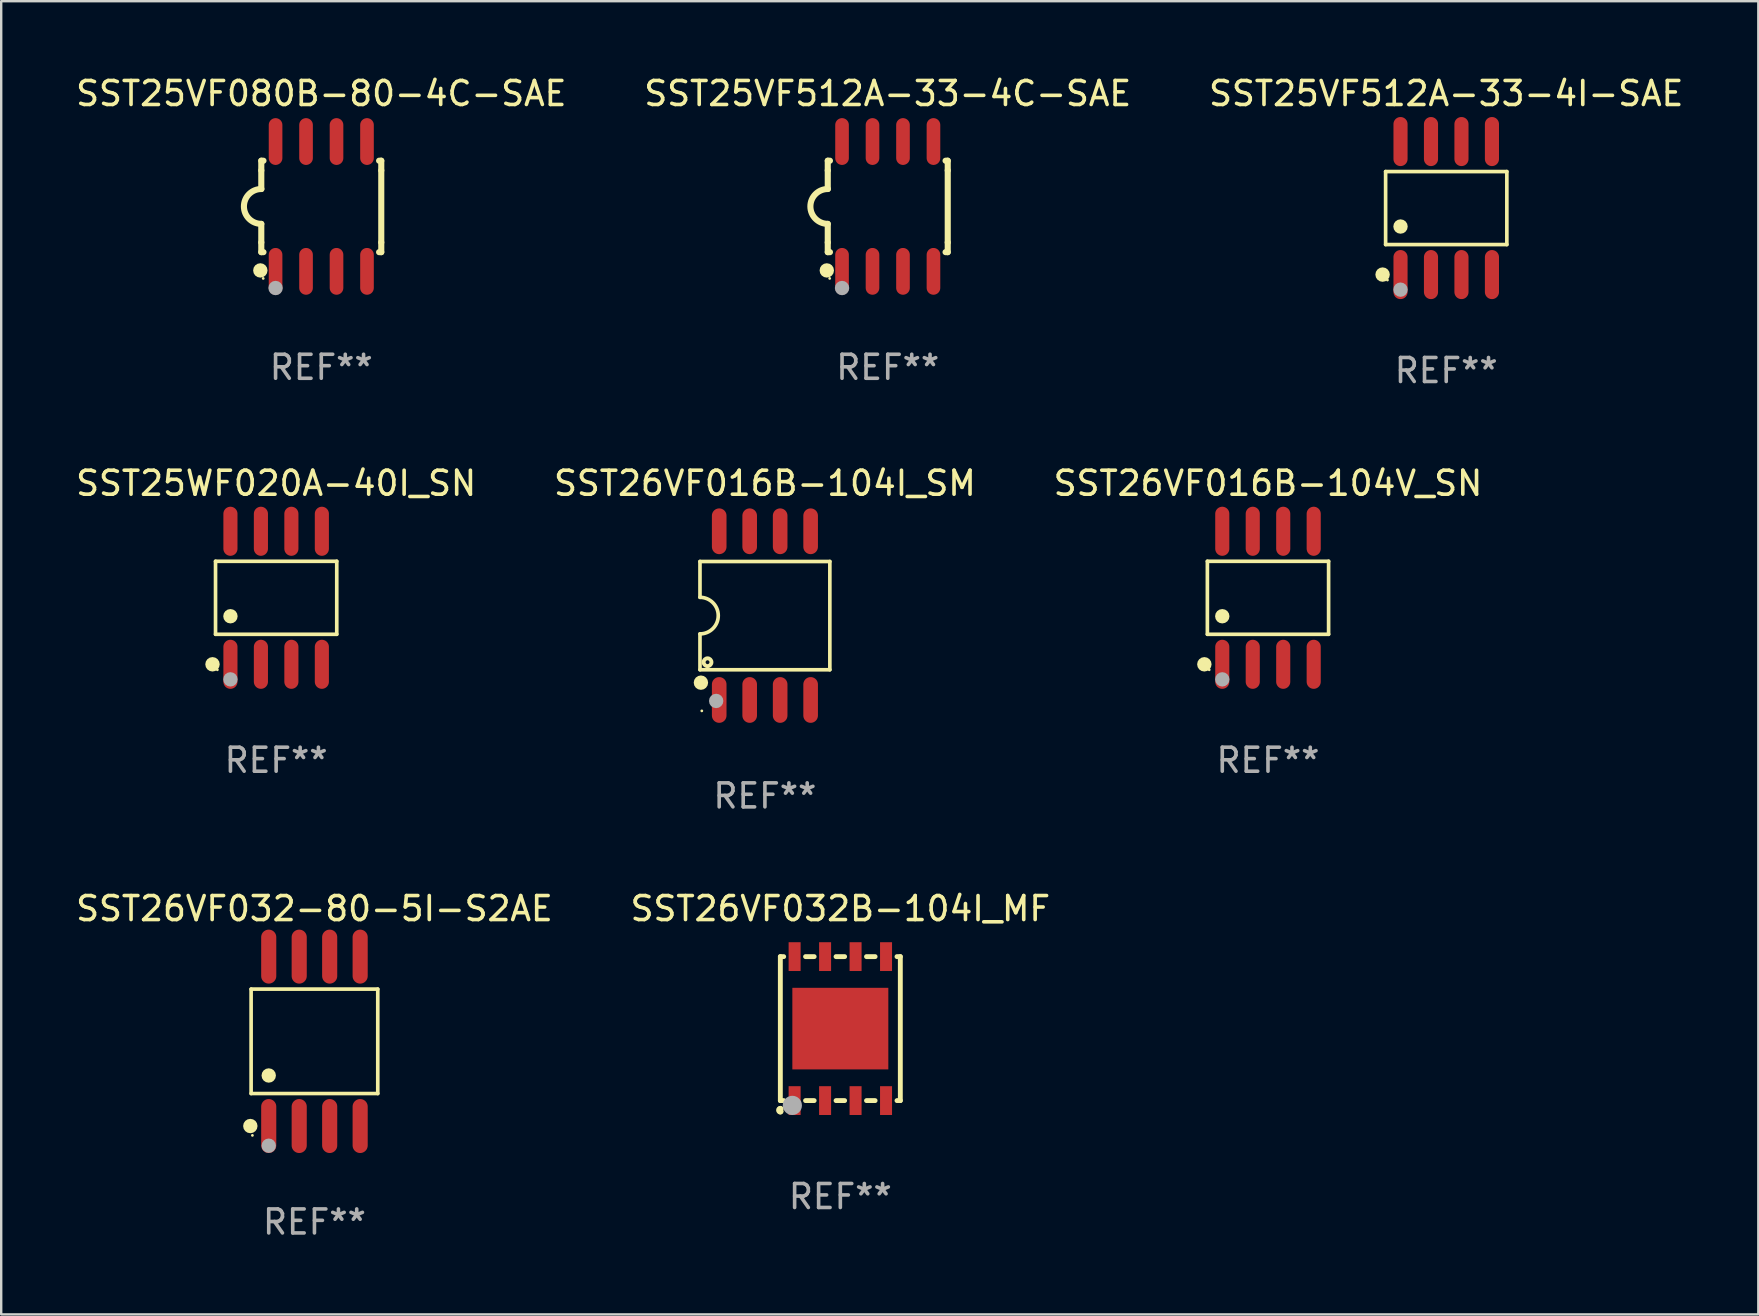
<source format=kicad_pcb>
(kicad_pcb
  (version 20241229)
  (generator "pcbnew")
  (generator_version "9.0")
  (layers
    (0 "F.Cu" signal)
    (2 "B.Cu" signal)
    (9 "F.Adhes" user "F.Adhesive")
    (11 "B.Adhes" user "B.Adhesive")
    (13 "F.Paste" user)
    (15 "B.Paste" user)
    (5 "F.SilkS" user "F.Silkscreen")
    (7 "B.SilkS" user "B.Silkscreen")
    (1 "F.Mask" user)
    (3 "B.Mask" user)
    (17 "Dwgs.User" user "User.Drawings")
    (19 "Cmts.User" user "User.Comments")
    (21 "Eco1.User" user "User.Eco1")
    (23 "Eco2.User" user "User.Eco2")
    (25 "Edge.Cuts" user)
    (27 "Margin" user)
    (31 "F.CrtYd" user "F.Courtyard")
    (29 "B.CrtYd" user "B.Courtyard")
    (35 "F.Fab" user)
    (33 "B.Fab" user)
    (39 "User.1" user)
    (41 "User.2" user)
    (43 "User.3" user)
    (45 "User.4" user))
  (footprint "SST26VF016B-104V_SN"
    (layer "F.Cu")
    (at 49.792 21.862)
    (property "Reference" "SST26VF016B-104V_SN" (at 0 -4.772 0) (layer "F.SilkS") (effects (font (size 1 1) (thickness 0.15))))
    (attr through_hole)
    (fp_line (start -2.526 -1.521) (end 2.526 -1.521) (stroke (width 0.152) (type solid)) (layer "F.SilkS"))
    (fp_line (start -2.526 1.521) (end -2.526 -1.521) (stroke (width 0.152) (type solid)) (layer "F.SilkS"))
    (fp_line (start 2.526 -1.521) (end 2.526 1.521) (stroke (width 0.152) (type solid)) (layer "F.SilkS"))
    (fp_line (start 2.526 1.521) (end -2.526 1.521) (stroke (width 0.152) (type solid)) (layer "F.SilkS"))
    (fp_circle (center -2.652 2.772) (end -2.501 2.772) (stroke (width 0.3) (type solid)) (fill no) (layer "F.SilkS"))
    (fp_circle (center -2.45 3) (end -2.42 3) (stroke (width 0.06) (type solid)) (fill no) (layer "F.SilkS"))
    (fp_circle (center -1.905 0.769) (end -1.755 0.769) (stroke (width 0.3) (type solid)) (fill no) (layer "F.SilkS"))
    (fp_circle (center -1.905 3.4) (end -1.755 3.4) (stroke (width 0.3) (type solid)) (fill no) (layer "F.Fab"))
    (fp_text user "REF**" (at 0 6.772 0) (layer "F.Fab") (effects (font (size 1 1) (thickness 0.15))))
    (pad "1" smd oval (at -1.905 2.772) (size 0.588 2.045) (layers "F.Cu" "F.Mask" "F.Paste"))
    (pad "2" smd oval (at -0.635 2.772) (size 0.588 2.045) (layers "F.Cu" "F.Mask" "F.Paste"))
    (pad "3" smd oval (at 0.635 2.772) (size 0.588 2.045) (layers "F.Cu" "F.Mask" "F.Paste"))
    (pad "4" smd oval (at 1.905 2.772) (size 0.588 2.045) (layers "F.Cu" "F.Mask" "F.Paste"))
    (pad "5" smd oval (at 1.905 -2.772) (size 0.588 2.045) (layers "F.Cu" "F.Mask" "F.Paste"))
    (pad "6" smd oval (at 0.635 -2.772) (size 0.588 2.045) (layers "F.Cu" "F.Mask" "F.Paste"))
    (pad "7" smd oval (at -0.635 -2.772) (size 0.588 2.045) (layers "F.Cu" "F.Mask" "F.Paste"))
    (pad "8" smd oval (at -1.905 -2.772) (size 0.588 2.045) (layers "F.Cu" "F.Mask" "F.Paste")))
  (footprint "SST25VF080B-80-4C-SAE"
    (layer "F.Cu")
    (at 10.339 5.553)
    (property "Reference" "SST25VF080B-80-4C-SAE" (at 0 -4.705 0) (layer "F.SilkS") (effects (font (size 1 1) (thickness 0.15))))
    (attr through_hole)
    (fp_line (start -2.5 -1.905) (end -2.409 -1.905) (stroke (width 0.254) (type solid)) (layer "F.SilkS"))
    (fp_line (start -2.5 -1.5) (end -2.5 -1.905) (stroke (width 0.254) (type solid)) (layer "F.SilkS"))
    (fp_line (start -2.5 -1.5) (end -2.5 -0.726) (stroke (width 0.254) (type solid)) (layer "F.SilkS"))
    (fp_line (start -2.5 1.5) (end -2.5 0.727) (stroke (width 0.254) (type solid)) (layer "F.SilkS"))
    (fp_line (start -2.5 1.5) (end -2.5 1.905) (stroke (width 0.254) (type solid)) (layer "F.SilkS"))
    (fp_line (start -2.5 1.905) (end -2.409 1.905) (stroke (width 0.254) (type solid)) (layer "F.SilkS"))
    (fp_line (start 2.5 -1.905) (end 2.409 -1.905) (stroke (width 0.254) (type solid)) (layer "F.SilkS"))
    (fp_line (start 2.5 -1.5) (end 2.5 -1.905) (stroke (width 0.254) (type solid)) (layer "F.SilkS"))
    (fp_line (start 2.5 -1.5) (end 2.5 1.5) (stroke (width 0.254) (type solid)) (layer "F.SilkS"))
    (fp_line (start 2.5 1.5) (end 2.5 1.905) (stroke (width 0.254) (type solid)) (layer "F.SilkS"))
    (fp_line (start 2.5 1.905) (end 2.409 1.905) (stroke (width 0.254) (type solid)) (layer "F.SilkS"))
    (fp_arc (start -2.5 0.726568) (mid -3.220316 -0.0023) (end -2.495097 -0.726289) (stroke (width 0.254001) (type solid)) (layer "F.SilkS"))
    (fp_circle (center -2.54 2.667) (end -2.39 2.667) (stroke (width 0.3) (type solid)) (fill no) (layer "F.SilkS"))
    (fp_circle (center -2.42 3) (end -2.39 3) (stroke (width 0.06) (type solid)) (fill no) (layer "F.SilkS"))
    (fp_circle (center -1.905 3.4) (end -1.755 3.4) (stroke (width 0.3) (type solid)) (fill no) (layer "F.Fab"))
    (fp_text user "REF**" (at 0 6.705 0) (layer "F.Fab") (effects (font (size 1 1) (thickness 0.15))))
    (pad "1" smd oval (at -1.905 2.705) (size 0.568 1.95) (layers "F.Cu" "F.Mask" "F.Paste"))
    (pad "2" smd oval (at -0.635 2.705) (size 0.568 1.95) (layers "F.Cu" "F.Mask" "F.Paste"))
    (pad "3" smd oval (at 0.635 2.705) (size 0.568 1.95) (layers "F.Cu" "F.Mask" "F.Paste"))
    (pad "4" smd oval (at 1.905 2.705) (size 0.568 1.95) (layers "F.Cu" "F.Mask" "F.Paste"))
    (pad "5" smd oval (at 1.905 -2.705) (size 0.568 1.95) (layers "F.Cu" "F.Mask" "F.Paste"))
    (pad "6" smd oval (at 0.635 -2.705) (size 0.568 1.95) (layers "F.Cu" "F.Mask" "F.Paste"))
    (pad "7" smd oval (at -0.635 -2.705) (size 0.568 1.95) (layers "F.Cu" "F.Mask" "F.Paste"))
    (pad "8" smd oval (at -1.905 -2.705) (size 0.568 1.95) (layers "F.Cu" "F.Mask" "F.Paste")))
  (footprint "SST25VF512A-33-4I-SAE"
    (layer "F.Cu")
    (at 57.22 5.621)
    (property "Reference" "SST25VF512A-33-4I-SAE" (at 0 -4.772 0) (layer "F.SilkS") (effects (font (size 1 1) (thickness 0.15))))
    (attr through_hole)
    (fp_line (start -2.526 -1.521) (end 2.526 -1.521) (stroke (width 0.152) (type solid)) (layer "F.SilkS"))
    (fp_line (start -2.526 1.521) (end -2.526 -1.521) (stroke (width 0.152) (type solid)) (layer "F.SilkS"))
    (fp_line (start 2.526 -1.521) (end 2.526 1.521) (stroke (width 0.152) (type solid)) (layer "F.SilkS"))
    (fp_line (start 2.526 1.521) (end -2.526 1.521) (stroke (width 0.152) (type solid)) (layer "F.SilkS"))
    (fp_circle (center -2.652 2.772) (end -2.501 2.772) (stroke (width 0.3) (type solid)) (fill no) (layer "F.SilkS"))
    (fp_circle (center -2.45 3) (end -2.42 3) (stroke (width 0.06) (type solid)) (fill no) (layer "F.SilkS"))
    (fp_circle (center -1.905 0.769) (end -1.755 0.769) (stroke (width 0.3) (type solid)) (fill no) (layer "F.SilkS"))
    (fp_circle (center -1.905 3.4) (end -1.755 3.4) (stroke (width 0.3) (type solid)) (fill no) (layer "F.Fab"))
    (fp_text user "REF**" (at 0 6.772 0) (layer "F.Fab") (effects (font (size 1 1) (thickness 0.15))))
    (pad "1" smd oval (at -1.905 2.772) (size 0.588 2.045) (layers "F.Cu" "F.Mask" "F.Paste"))
    (pad "2" smd oval (at -0.635 2.772) (size 0.588 2.045) (layers "F.Cu" "F.Mask" "F.Paste"))
    (pad "3" smd oval (at 0.635 2.772) (size 0.588 2.045) (layers "F.Cu" "F.Mask" "F.Paste"))
    (pad "4" smd oval (at 1.905 2.772) (size 0.588 2.045) (layers "F.Cu" "F.Mask" "F.Paste"))
    (pad "5" smd oval (at 1.905 -2.772) (size 0.588 2.045) (layers "F.Cu" "F.Mask" "F.Paste"))
    (pad "6" smd oval (at 0.635 -2.772) (size 0.588 2.045) (layers "F.Cu" "F.Mask" "F.Paste"))
    (pad "7" smd oval (at -0.635 -2.772) (size 0.588 2.045) (layers "F.Cu" "F.Mask" "F.Paste"))
    (pad "8" smd oval (at -1.905 -2.772) (size 0.588 2.045) (layers "F.Cu" "F.Mask" "F.Paste")))
  (footprint "SST26VF016B-104I_SM"
    (layer "F.Cu")
    (at 28.827 22.605)
    (property "Reference" "SST26VF016B-104I_SM" (at 0 -5.515 0) (layer "F.SilkS") (effects (font (size 1 1) (thickness 0.15))))
    (attr through_hole)
    (fp_line (start -2.706 -2.256) (end 2.706 -2.256) (stroke (width 0.152) (type solid)) (layer "F.SilkS"))
    (fp_line (start -2.706 -0.762) (end -2.706 -2.256) (stroke (width 0.152) (type solid)) (layer "F.SilkS"))
    (fp_line (start -2.706 0.762) (end -2.706 2.256) (stroke (width 0.152) (type solid)) (layer "F.SilkS"))
    (fp_line (start 2.706 -2.256) (end 2.706 2.256) (stroke (width 0.152) (type solid)) (layer "F.SilkS"))
    (fp_line (start 2.706 2.256) (end -2.706 2.256) (stroke (width 0.152) (type solid)) (layer "F.SilkS"))
    (fp_arc (start -2.706198 -0.762002) (mid -1.944196 0) (end -2.706198 0.762002) (stroke (width 0.151994) (type solid)) (layer "F.SilkS"))
    (fp_circle (center -2.667 2.794) (end -2.517 2.794) (stroke (width 0.3) (type solid)) (fill no) (layer "F.SilkS"))
    (fp_circle (center -2.63 3.97) (end -2.6 3.97) (stroke (width 0.06) (type solid)) (fill no) (layer "F.SilkS"))
    (fp_circle (center -2.391 1.942) (end -2.31 1.942) (stroke (width 0.163) (type solid)) (fill no) (layer "F.SilkS"))
    (fp_circle (center -2.032 3.556) (end -1.882 3.556) (stroke (width 0.3) (type solid)) (fill no) (layer "F.Fab"))
    (fp_text user "REF**" (at 0 7.515 0) (layer "F.Fab") (effects (font (size 1 1) (thickness 0.15))))
    (pad "1" smd oval (at -1.905 3.515) (size 0.609 1.907) (layers "F.Cu" "F.Mask" "F.Paste"))
    (pad "2" smd oval (at -0.635 3.515) (size 0.609 1.907) (layers "F.Cu" "F.Mask" "F.Paste"))
    (pad "3" smd oval (at 0.635 3.515) (size 0.609 1.907) (layers "F.Cu" "F.Mask" "F.Paste"))
    (pad "4" smd oval (at 1.905 3.515) (size 0.609 1.907) (layers "F.Cu" "F.Mask" "F.Paste"))
    (pad "5" smd oval (at 1.905 -3.515) (size 0.609 1.907) (layers "F.Cu" "F.Mask" "F.Paste"))
    (pad "6" smd oval (at 0.635 -3.515) (size 0.609 1.907) (layers "F.Cu" "F.Mask" "F.Paste"))
    (pad "7" smd oval (at -0.635 -3.515) (size 0.609 1.907) (layers "F.Cu" "F.Mask" "F.Paste"))
    (pad "8" smd oval (at -1.905 -3.515) (size 0.609 1.907) (layers "F.Cu" "F.Mask" "F.Paste")))
  (footprint "SST25VF512A-33-4C-SAE"
    (layer "F.Cu")
    (at 33.946 5.553)
    (property "Reference" "SST25VF512A-33-4C-SAE" (at 0 -4.705 0) (layer "F.SilkS") (effects (font (size 1 1) (thickness 0.15))))
    (attr through_hole)
    (fp_line (start -2.5 -1.905) (end -2.409 -1.905) (stroke (width 0.254) (type solid)) (layer "F.SilkS"))
    (fp_line (start -2.5 -1.5) (end -2.5 -1.905) (stroke (width 0.254) (type solid)) (layer "F.SilkS"))
    (fp_line (start -2.5 -1.5) (end -2.5 -0.726) (stroke (width 0.254) (type solid)) (layer "F.SilkS"))
    (fp_line (start -2.5 1.5) (end -2.5 0.727) (stroke (width 0.254) (type solid)) (layer "F.SilkS"))
    (fp_line (start -2.5 1.5) (end -2.5 1.905) (stroke (width 0.254) (type solid)) (layer "F.SilkS"))
    (fp_line (start -2.5 1.905) (end -2.409 1.905) (stroke (width 0.254) (type solid)) (layer "F.SilkS"))
    (fp_line (start 2.5 -1.905) (end 2.409 -1.905) (stroke (width 0.254) (type solid)) (layer "F.SilkS"))
    (fp_line (start 2.5 -1.5) (end 2.5 -1.905) (stroke (width 0.254) (type solid)) (layer "F.SilkS"))
    (fp_line (start 2.5 -1.5) (end 2.5 1.5) (stroke (width 0.254) (type solid)) (layer "F.SilkS"))
    (fp_line (start 2.5 1.5) (end 2.5 1.905) (stroke (width 0.254) (type solid)) (layer "F.SilkS"))
    (fp_line (start 2.5 1.905) (end 2.409 1.905) (stroke (width 0.254) (type solid)) (layer "F.SilkS"))
    (fp_arc (start -2.5 0.726568) (mid -3.220316 -0.0023) (end -2.495097 -0.726289) (stroke (width 0.254001) (type solid)) (layer "F.SilkS"))
    (fp_circle (center -2.54 2.667) (end -2.39 2.667) (stroke (width 0.3) (type solid)) (fill no) (layer "F.SilkS"))
    (fp_circle (center -2.42 3) (end -2.39 3) (stroke (width 0.06) (type solid)) (fill no) (layer "F.SilkS"))
    (fp_circle (center -1.905 3.4) (end -1.755 3.4) (stroke (width 0.3) (type solid)) (fill no) (layer "F.Fab"))
    (fp_text user "REF**" (at 0 6.705 0) (layer "F.Fab") (effects (font (size 1 1) (thickness 0.15))))
    (pad "1" smd oval (at -1.905 2.705) (size 0.568 1.95) (layers "F.Cu" "F.Mask" "F.Paste"))
    (pad "2" smd oval (at -0.635 2.705) (size 0.568 1.95) (layers "F.Cu" "F.Mask" "F.Paste"))
    (pad "3" smd oval (at 0.635 2.705) (size 0.568 1.95) (layers "F.Cu" "F.Mask" "F.Paste"))
    (pad "4" smd oval (at 1.905 2.705) (size 0.568 1.95) (layers "F.Cu" "F.Mask" "F.Paste"))
    (pad "5" smd oval (at 1.905 -2.705) (size 0.568 1.95) (layers "F.Cu" "F.Mask" "F.Paste"))
    (pad "6" smd oval (at 0.635 -2.705) (size 0.568 1.95) (layers "F.Cu" "F.Mask" "F.Paste"))
    (pad "7" smd oval (at -0.635 -2.705) (size 0.568 1.95) (layers "F.Cu" "F.Mask" "F.Paste"))
    (pad "8" smd oval (at -1.905 -2.705) (size 0.568 1.95) (layers "F.Cu" "F.Mask" "F.Paste")))
  (footprint "SST26VF032-80-5I-S2AE"
    (layer "F.Cu")
    (at 10.054 40.346)
    (property "Reference" "SST26VF032-80-5I-S2AE" (at 0 -5.53 0) (layer "F.SilkS") (effects (font (size 1 1) (thickness 0.15))))
    (attr through_hole)
    (fp_line (start -2.639 -2.176) (end 2.639 -2.176) (stroke (width 0.152) (type solid)) (layer "F.SilkS"))
    (fp_line (start -2.639 2.176) (end -2.639 -2.176) (stroke (width 0.152) (type solid)) (layer "F.SilkS"))
    (fp_line (start 2.639 -2.176) (end 2.639 2.176) (stroke (width 0.152) (type solid)) (layer "F.SilkS"))
    (fp_line (start 2.639 2.176) (end -2.639 2.176) (stroke (width 0.152) (type solid)) (layer "F.SilkS"))
    (fp_circle (center -2.672 3.53) (end -2.522 3.53) (stroke (width 0.3) (type solid)) (fill no) (layer "F.SilkS"))
    (fp_circle (center -2.585 3.92) (end -2.555 3.92) (stroke (width 0.06) (type solid)) (fill no) (layer "F.SilkS"))
    (fp_circle (center -1.905 1.424) (end -1.755 1.424) (stroke (width 0.3) (type solid)) (fill no) (layer "F.SilkS"))
    (fp_circle (center -1.905 4.35) (end -1.755 4.35) (stroke (width 0.3) (type solid)) (fill no) (layer "F.Fab"))
    (fp_text user "REF**" (at 0 7.53 0) (layer "F.Fab") (effects (font (size 1 1) (thickness 0.15))))
    (pad "1" smd oval (at -1.905 3.53) (size 0.63 2.25) (layers "F.Cu" "F.Mask" "F.Paste"))
    (pad "2" smd oval (at -0.635 3.53) (size 0.63 2.25) (layers "F.Cu" "F.Mask" "F.Paste"))
    (pad "3" smd oval (at 0.635 3.53) (size 0.63 2.25) (layers "F.Cu" "F.Mask" "F.Paste"))
    (pad "4" smd oval (at 1.905 3.53) (size 0.63 2.25) (layers "F.Cu" "F.Mask" "F.Paste"))
    (pad "5" smd oval (at 1.905 -3.53) (size 0.63 2.25) (layers "F.Cu" "F.Mask" "F.Paste"))
    (pad "6" smd oval (at 0.635 -3.53) (size 0.63 2.25) (layers "F.Cu" "F.Mask" "F.Paste"))
    (pad "7" smd oval (at -0.635 -3.53) (size 0.63 2.25) (layers "F.Cu" "F.Mask" "F.Paste"))
    (pad "8" smd oval (at -1.905 -3.53) (size 0.63 2.25) (layers "F.Cu" "F.Mask" "F.Paste")))
  (footprint "SST25WF020A-40I_SN"
    (layer "F.Cu")
    (at 8.458 21.862)
    (property "Reference" "SST25WF020A-40I_SN" (at 0 -4.772 0) (layer "F.SilkS") (effects (font (size 1 1) (thickness 0.15))))
    (attr through_hole)
    (fp_line (start -2.526 -1.521) (end 2.526 -1.521) (stroke (width 0.152) (type solid)) (layer "F.SilkS"))
    (fp_line (start -2.526 1.521) (end -2.526 -1.521) (stroke (width 0.152) (type solid)) (layer "F.SilkS"))
    (fp_line (start 2.526 -1.521) (end 2.526 1.521) (stroke (width 0.152) (type solid)) (layer "F.SilkS"))
    (fp_line (start 2.526 1.521) (end -2.526 1.521) (stroke (width 0.152) (type solid)) (layer "F.SilkS"))
    (fp_circle (center -2.652 2.772) (end -2.501 2.772) (stroke (width 0.3) (type solid)) (fill no) (layer "F.SilkS"))
    (fp_circle (center -2.45 3) (end -2.42 3) (stroke (width 0.06) (type solid)) (fill no) (layer "F.SilkS"))
    (fp_circle (center -1.905 0.769) (end -1.755 0.769) (stroke (width 0.3) (type solid)) (fill no) (layer "F.SilkS"))
    (fp_circle (center -1.905 3.4) (end -1.755 3.4) (stroke (width 0.3) (type solid)) (fill no) (layer "F.Fab"))
    (fp_text user "REF**" (at 0 6.772 0) (layer "F.Fab") (effects (font (size 1 1) (thickness 0.15))))
    (pad "1" smd oval (at -1.905 2.772) (size 0.588 2.045) (layers "F.Cu" "F.Mask" "F.Paste"))
    (pad "2" smd oval (at -0.635 2.772) (size 0.588 2.045) (layers "F.Cu" "F.Mask" "F.Paste"))
    (pad "3" smd oval (at 0.635 2.772) (size 0.588 2.045) (layers "F.Cu" "F.Mask" "F.Paste"))
    (pad "4" smd oval (at 1.905 2.772) (size 0.588 2.045) (layers "F.Cu" "F.Mask" "F.Paste"))
    (pad "5" smd oval (at 1.905 -2.772) (size 0.588 2.045) (layers "F.Cu" "F.Mask" "F.Paste"))
    (pad "6" smd oval (at 0.635 -2.772) (size 0.588 2.045) (layers "F.Cu" "F.Mask" "F.Paste"))
    (pad "7" smd oval (at -0.635 -2.772) (size 0.588 2.045) (layers "F.Cu" "F.Mask" "F.Paste"))
    (pad "8" smd oval (at -1.905 -2.772) (size 0.588 2.045) (layers "F.Cu" "F.Mask" "F.Paste")))
  (footprint "SST26VF032B-104I_MF"
    (layer "F.Cu")
    (at 31.97 39.816)
    (property "Reference" "SST26VF032B-104I_MF" (at 0 -5 0) (layer "F.SilkS") (effects (font (size 1 1) (thickness 0.15))))
    (attr through_hole)
    (fp_line (start -2.5 -3) (end -2.361 -3) (stroke (width 0.203) (type solid)) (layer "F.SilkS"))
    (fp_line (start -2.5 3) (end -2.5 -3) (stroke (width 0.203) (type solid)) (layer "F.SilkS"))
    (fp_line (start -2.5 3) (end -2.361 3) (stroke (width 0.203) (type solid)) (layer "F.SilkS"))
    (fp_line (start -1.449 -3) (end -1.091 -3) (stroke (width 0.203) (type solid)) (layer "F.SilkS"))
    (fp_line (start -1.449 3) (end -1.091 3) (stroke (width 0.203) (type solid)) (layer "F.SilkS"))
    (fp_line (start -0.179 -3) (end 0.179 -3) (stroke (width 0.203) (type solid)) (layer "F.SilkS"))
    (fp_line (start -0.179 3) (end 0.179 3) (stroke (width 0.203) (type solid)) (layer "F.SilkS"))
    (fp_line (start 1.091 -3) (end 1.449 -3) (stroke (width 0.203) (type solid)) (layer "F.SilkS"))
    (fp_line (start 1.091 3) (end 1.449 3) (stroke (width 0.203) (type solid)) (layer "F.SilkS"))
    (fp_line (start 2.361 -3) (end 2.5 -3) (stroke (width 0.203) (type solid)) (layer "F.SilkS"))
    (fp_line (start 2.361 3) (end 2.5 3) (stroke (width 0.203) (type solid)) (layer "F.SilkS"))
    (fp_line (start 2.5 -3) (end 2.5 3) (stroke (width 0.203) (type solid)) (layer "F.SilkS"))
    (fp_arc (start -2.5 3.449924) (mid -2.511802 3.399924) (end -2.5 3.349924) (stroke (width 0.254001) (type solid)) (layer "F.SilkS"))
    (fp_arc (start -2.5 3.449924) (mid -2.549987 3.399924) (end -2.499999 3.349924) (stroke (width 0.254001) (type solid)) (layer "F.SilkS"))
    (fp_circle (center -2.5 3) (end -2.47 3) (stroke (width 0.06) (type solid)) (fill no) (layer "F.SilkS"))
    (fp_circle (center -2 3.2) (end -1.8 3.2) (stroke (width 0.4) (type solid)) (fill no) (layer "F.Fab"))
    (fp_text user "REF**" (at 0 7 0) (layer "F.Fab") (effects (font (size 1 1) (thickness 0.15))))
    (pad "1" smd rect (at -1.905 3) (size 0.5 1.2) (layers "F.Cu" "F.Mask" "F.Paste"))
    (pad "2" smd rect (at -0.635 3) (size 0.5 1.2) (layers "F.Cu" "F.Mask" "F.Paste"))
    (pad "3" smd rect (at 0.635 3) (size 0.5 1.2) (layers "F.Cu" "F.Mask" "F.Paste"))
    (pad "4" smd rect (at 1.905 3) (size 0.5 1.2) (layers "F.Cu" "F.Mask" "F.Paste"))
    (pad "5" smd rect (at 1.905 -3) (size 0.5 1.2) (layers "F.Cu" "F.Mask" "F.Paste"))
    (pad "6" smd rect (at 0.635 -3) (size 0.5 1.2) (layers "F.Cu" "F.Mask" "F.Paste"))
    (pad "7" smd rect (at -0.635 -3) (size 0.5 1.2) (layers "F.Cu" "F.Mask" "F.Paste"))
    (pad "8" smd rect (at -1.905 -3) (size 0.5 1.2) (layers "F.Cu" "F.Mask" "F.Paste"))
    (pad "9" smd rect (at 0.000127 0.000064) (size 4 3.4) (layers "F.Cu" "F.Mask" "F.Paste")))
  (gr_rect
    (start -3 -3)
    (end 70.226 51.725)
    (stroke (width 0.1) (type default))
    (fill no)
    (layer "Edge.Cuts")))
</source>
